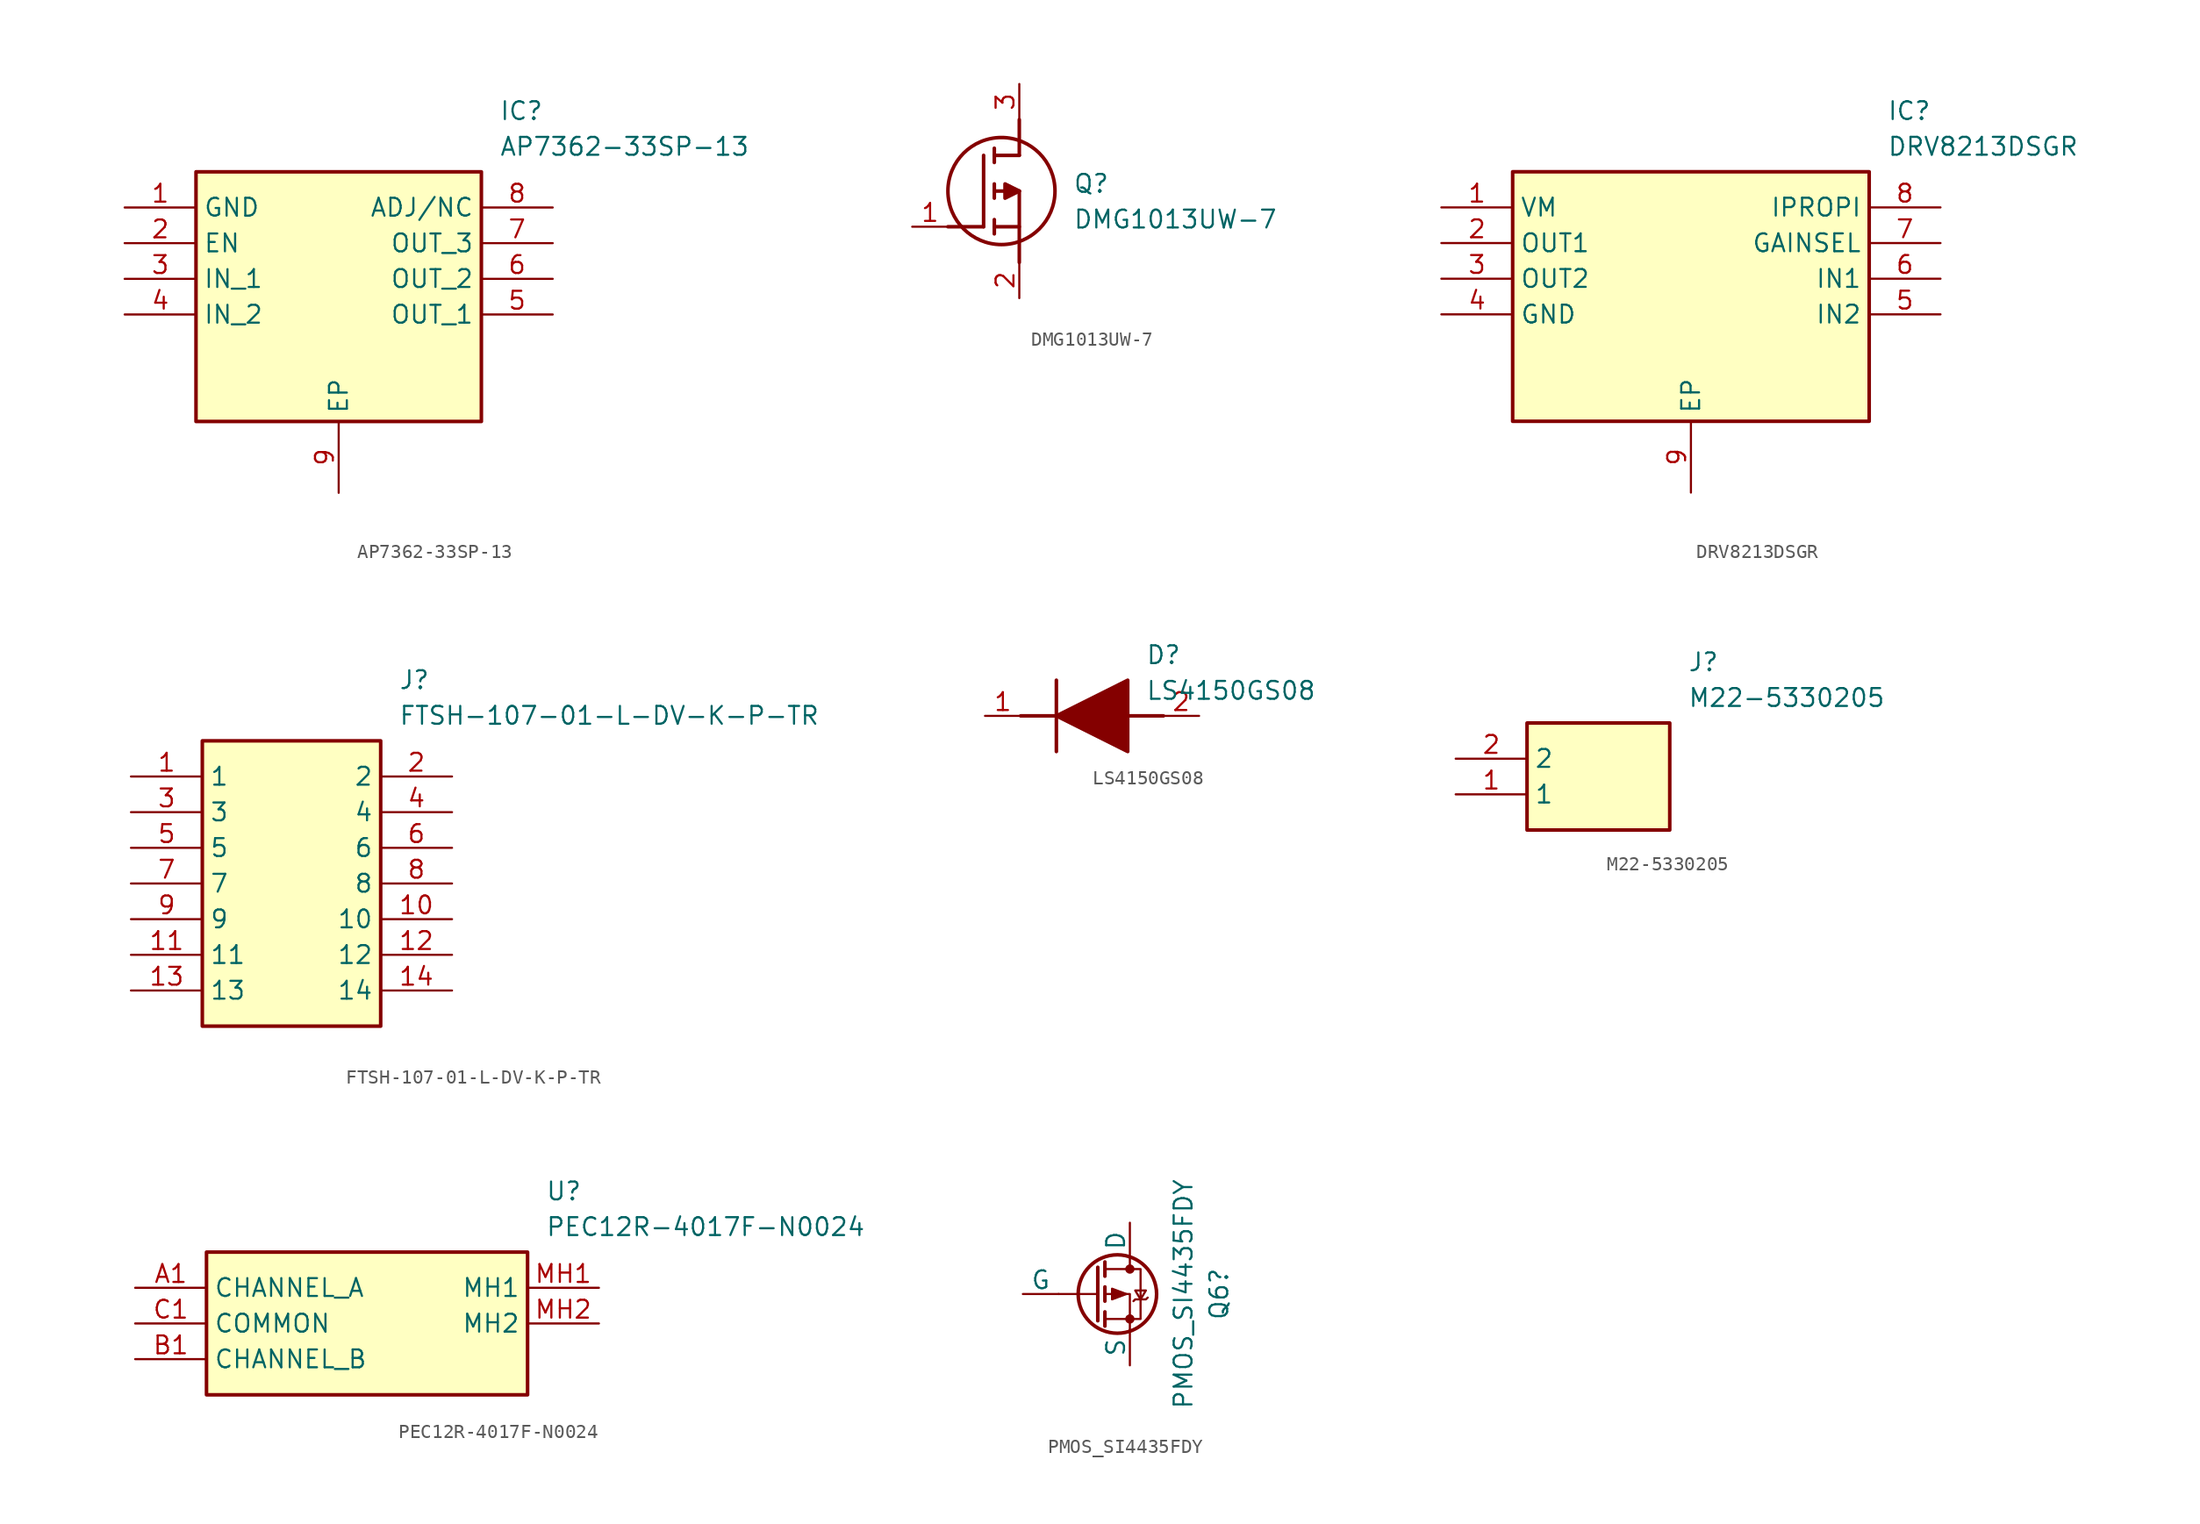
<source format=kicad_sym>
(kicad_symbol_lib
  (version 20231120)
  (generator "kicad_symbol_editor")
  (generator_version "8.0")
  (symbol "AP7362-33SP-13"
    (property "Reference" "IC"
      (at 26.67 7.62 0)
      (effects (font (size 1.27 1.27)) (justify left top)))
    (property "Value" "AP7362-33SP-13"
      (at 26.67 5.08 0)
      (effects (font (size 1.27 1.27)) (justify left top)))
    (symbol "AP7362-33SP-13_1_1"
      (rectangle (start 5.08 2.54) (end 25.4 -15.24) (stroke (width 0.254) (type default)) (fill (type background)))
      (pin passive line (at 0 0 0) (length 5.08) (name "GND" (effects (font (size 1.27 1.27)))) (number "1" (effects (font (size 1.27 1.27)))))
      (pin passive line (at 0 -2.54 0) (length 5.08) (name "EN" (effects (font (size 1.27 1.27)))) (number "2" (effects (font (size 1.27 1.27)))))
      (pin passive line (at 0 -5.08 0) (length 5.08) (name "IN_1" (effects (font (size 1.27 1.27)))) (number "3" (effects (font (size 1.27 1.27)))))
      (pin passive line (at 0 -7.62 0) (length 5.08) (name "IN_2" (effects (font (size 1.27 1.27)))) (number "4" (effects (font (size 1.27 1.27)))))
      (pin passive line (at 30.48 -7.62 180) (length 5.08) (name "OUT_1" (effects (font (size 1.27 1.27)))) (number "5" (effects (font (size 1.27 1.27)))))
      (pin passive line (at 30.48 -5.08 180) (length 5.08) (name "OUT_2" (effects (font (size 1.27 1.27)))) (number "6" (effects (font (size 1.27 1.27)))))
      (pin passive line (at 30.48 -2.54 180) (length 5.08) (name "OUT_3" (effects (font (size 1.27 1.27)))) (number "7" (effects (font (size 1.27 1.27)))))
      (pin passive line (at 30.48 0 180) (length 5.08) (name "ADJ/NC" (effects (font (size 1.27 1.27)))) (number "8" (effects (font (size 1.27 1.27)))))
      (pin passive line (at 15.24 -20.32 90) (length 5.08) (name "EP" (effects (font (size 1.27 1.27)))) (number "9" (effects (font (size 1.27 1.27)))))))
  (symbol "DMG1013UW-7"
    (pin_names hide)
    (property "Reference" "Q"
      (at 11.43 3.81 0)
      (effects (font (size 1.27 1.27)) (justify left top)))
    (property "Value" "DMG1013UW-7"
      (at 11.43 1.27 0)
      (effects (font (size 1.27 1.27)) (justify left top)))
    (symbol "DMG1013UW-7_1_1"
      (polyline (pts (xy 2.54 0) (xy 5.08 0)) (stroke (width 0.254) (type default)) (fill (type none)))
      (polyline (pts (xy 5.08 5.08) (xy 5.08 0)) (stroke (width 0.254) (type default)) (fill (type none)))
      (polyline (pts (xy 5.842 -0.508) (xy 5.842 0.508)) (stroke (width 0.254) (type default)) (fill (type none)))
      (polyline (pts (xy 5.842 0) (xy 7.62 0)) (stroke (width 0.254) (type default)) (fill (type none)))
      (polyline (pts (xy 5.842 2.032) (xy 5.842 3.048)) (stroke (width 0.254) (type default)) (fill (type none)))
      (polyline (pts (xy 5.842 5.588) (xy 5.842 4.572)) (stroke (width 0.254) (type default)) (fill (type none)))
      (polyline (pts (xy 7.62 2.54) (xy 5.842 2.54)) (stroke (width 0.254) (type default)) (fill (type none)))
      (polyline (pts (xy 7.62 2.54) (xy 7.62 -2.54)) (stroke (width 0.254) (type default)) (fill (type none)))
      (polyline (pts (xy 7.62 5.08) (xy 5.842 5.08)) (stroke (width 0.254) (type default)) (fill (type none)))
      (polyline (pts (xy 7.62 5.08) (xy 7.62 7.62)) (stroke (width 0.254) (type default)) (fill (type none)))
      (polyline (pts (xy 7.62 2.54) (xy 6.604 3.048) (xy 6.604 2.032) (xy 7.62 2.54)) (stroke (width 0.254) (type default)) (fill (type outline)))
      (circle (center 6.35 2.54) (radius 3.81) (stroke (width 0.254) (type default)) (fill (type none)))
      (pin passive line (at 0 0 0) (length 2.54) (name "G" (effects (font (size 1.27 1.27)))) (number "1" (effects (font (size 1.27 1.27)))))
      (pin passive line (at 7.62 -5.08 90) (length 2.54) (name "S" (effects (font (size 1.27 1.27)))) (number "2" (effects (font (size 1.27 1.27)))))
      (pin passive line (at 7.62 10.16 270) (length 2.54) (name "D" (effects (font (size 1.27 1.27)))) (number "3" (effects (font (size 1.27 1.27)))))))
  (symbol "DRV8213DSGR"
    (property "Reference" "IC"
      (at 31.75 7.62 0)
      (effects (font (size 1.27 1.27)) (justify left top)))
    (property "Value" "DRV8213DSGR"
      (at 31.75 5.08 0)
      (effects (font (size 1.27 1.27)) (justify left top)))
    (symbol "DRV8213DSGR_1_1"
      (rectangle (start 5.08 2.54) (end 30.48 -15.24) (stroke (width 0.254) (type default)) (fill (type background)))
      (pin passive line (at 0 0 0) (length 5.08) (name "VM" (effects (font (size 1.27 1.27)))) (number "1" (effects (font (size 1.27 1.27)))))
      (pin passive line (at 0 -2.54 0) (length 5.08) (name "OUT1" (effects (font (size 1.27 1.27)))) (number "2" (effects (font (size 1.27 1.27)))))
      (pin passive line (at 0 -5.08 0) (length 5.08) (name "OUT2" (effects (font (size 1.27 1.27)))) (number "3" (effects (font (size 1.27 1.27)))))
      (pin passive line (at 0 -7.62 0) (length 5.08) (name "GND" (effects (font (size 1.27 1.27)))) (number "4" (effects (font (size 1.27 1.27)))))
      (pin passive line (at 35.56 -7.62 180) (length 5.08) (name "IN2" (effects (font (size 1.27 1.27)))) (number "5" (effects (font (size 1.27 1.27)))))
      (pin passive line (at 35.56 -5.08 180) (length 5.08) (name "IN1" (effects (font (size 1.27 1.27)))) (number "6" (effects (font (size 1.27 1.27)))))
      (pin passive line (at 35.56 -2.54 180) (length 5.08) (name "GAINSEL" (effects (font (size 1.27 1.27)))) (number "7" (effects (font (size 1.27 1.27)))))
      (pin passive line (at 35.56 0 180) (length 5.08) (name "IPROPI" (effects (font (size 1.27 1.27)))) (number "8" (effects (font (size 1.27 1.27)))))
      (pin passive line (at 17.78 -20.32 90) (length 5.08) (name "EP" (effects (font (size 1.27 1.27)))) (number "9" (effects (font (size 1.27 1.27)))))))
  (symbol "FTSH-107-01-L-DV-K-P-TR"
    (property "Reference" "J"
      (at 19.05 7.62 0)
      (effects (font (size 1.27 1.27)) (justify left top)))
    (property "Value" "FTSH-107-01-L-DV-K-P-TR"
      (at 19.05 5.08 0)
      (effects (font (size 1.27 1.27)) (justify left top)))
    (symbol "FTSH-107-01-L-DV-K-P-TR_1_1"
      (rectangle (start 5.08 2.54) (end 17.78 -17.78) (stroke (width 0.254) (type default)) (fill (type background)))
      (pin passive line (at 0 0 0) (length 5.08) (name "1" (effects (font (size 1.27 1.27)))) (number "1" (effects (font (size 1.27 1.27)))))
      (pin passive line (at 22.86 -10.16 180) (length 5.08) (name "10" (effects (font (size 1.27 1.27)))) (number "10" (effects (font (size 1.27 1.27)))))
      (pin passive line (at 0 -12.7 0) (length 5.08) (name "11" (effects (font (size 1.27 1.27)))) (number "11" (effects (font (size 1.27 1.27)))))
      (pin passive line (at 22.86 -12.7 180) (length 5.08) (name "12" (effects (font (size 1.27 1.27)))) (number "12" (effects (font (size 1.27 1.27)))))
      (pin passive line (at 0 -15.24 0) (length 5.08) (name "13" (effects (font (size 1.27 1.27)))) (number "13" (effects (font (size 1.27 1.27)))))
      (pin passive line (at 22.86 -15.24 180) (length 5.08) (name "14" (effects (font (size 1.27 1.27)))) (number "14" (effects (font (size 1.27 1.27)))))
      (pin passive line (at 22.86 0 180) (length 5.08) (name "2" (effects (font (size 1.27 1.27)))) (number "2" (effects (font (size 1.27 1.27)))))
      (pin passive line (at 0 -2.54 0) (length 5.08) (name "3" (effects (font (size 1.27 1.27)))) (number "3" (effects (font (size 1.27 1.27)))))
      (pin passive line (at 22.86 -2.54 180) (length 5.08) (name "4" (effects (font (size 1.27 1.27)))) (number "4" (effects (font (size 1.27 1.27)))))
      (pin passive line (at 0 -5.08 0) (length 5.08) (name "5" (effects (font (size 1.27 1.27)))) (number "5" (effects (font (size 1.27 1.27)))))
      (pin passive line (at 22.86 -5.08 180) (length 5.08) (name "6" (effects (font (size 1.27 1.27)))) (number "6" (effects (font (size 1.27 1.27)))))
      (pin passive line (at 0 -7.62 0) (length 5.08) (name "7" (effects (font (size 1.27 1.27)))) (number "7" (effects (font (size 1.27 1.27)))))
      (pin passive line (at 22.86 -7.62 180) (length 5.08) (name "8" (effects (font (size 1.27 1.27)))) (number "8" (effects (font (size 1.27 1.27)))))
      (pin passive line (at 0 -10.16 0) (length 5.08) (name "9" (effects (font (size 1.27 1.27)))) (number "9" (effects (font (size 1.27 1.27)))))))
  (symbol "LS4150GS08"
    (pin_names hide)
    (property "Reference" "D"
      (at 11.43 5.08 0)
      (effects (font (size 1.27 1.27)) (justify left top)))
    (property "Value" "LS4150GS08"
      (at 11.43 2.54 0)
      (effects (font (size 1.27 1.27)) (justify left top)))
    (symbol "LS4150GS08_1_1"
      (polyline (pts (xy 2.54 0) (xy 5.08 0)) (stroke (width 0.254) (type default)) (fill (type none)))
      (polyline (pts (xy 5.08 2.54) (xy 5.08 -2.54)) (stroke (width 0.254) (type default)) (fill (type none)))
      (polyline (pts (xy 10.16 0) (xy 12.7 0)) (stroke (width 0.254) (type default)) (fill (type none)))
      (polyline (pts (xy 5.08 0) (xy 10.16 2.54) (xy 10.16 -2.54) (xy 5.08 0)) (stroke (width 0.254) (type default)) (fill (type outline)))
      (pin passive line (at 0 0 0) (length 2.54) (name "K" (effects (font (size 1.27 1.27)))) (number "1" (effects (font (size 1.27 1.27)))))
      (pin passive line (at 15.24 0 180) (length 2.54) (name "A" (effects (font (size 1.27 1.27)))) (number "2" (effects (font (size 1.27 1.27)))))))
  (symbol "M22-5330205"
    (property "Reference" "J"
      (at 16.51 7.62 0)
      (effects (font (size 1.27 1.27)) (justify left top)))
    (property "Value" "M22-5330205"
      (at 16.51 5.08 0)
      (effects (font (size 1.27 1.27)) (justify left top)))
    (symbol "M22-5330205_1_1"
      (rectangle (start 5.08 2.54) (end 15.24 -5.08) (stroke (width 0.254) (type default)) (fill (type background)))
      (pin passive line (at 0 -2.54 0) (length 5.08) (name "1" (effects (font (size 1.27 1.27)))) (number "1" (effects (font (size 1.27 1.27)))))
      (pin passive line (at 0 0 0) (length 5.08) (name "2" (effects (font (size 1.27 1.27)))) (number "2" (effects (font (size 1.27 1.27)))))))
  (symbol "PEC12R-4017F-N0024"
    (property "Reference" "U"
      (at 29.21 7.62 0)
      (effects (font (size 1.27 1.27)) (justify left top)))
    (property "Value" "PEC12R-4017F-N0024"
      (at 29.21 5.08 0)
      (effects (font (size 1.27 1.27)) (justify left top)))
    (symbol "PEC12R-4017F-N0024_1_1"
      (rectangle (start 5.08 2.54) (end 27.94 -7.62) (stroke (width 0.254) (type default)) (fill (type background)))
      (pin passive line (at 0 0 0) (length 5.08) (name "CHANNEL_A" (effects (font (size 1.27 1.27)))) (number "A1" (effects (font (size 1.27 1.27)))))
      (pin passive line (at 0 -5.08 0) (length 5.08) (name "CHANNEL_B" (effects (font (size 1.27 1.27)))) (number "B1" (effects (font (size 1.27 1.27)))))
      (pin passive line (at 0 -2.54 0) (length 5.08) (name "COMMON" (effects (font (size 1.27 1.27)))) (number "C1" (effects (font (size 1.27 1.27)))))
      (pin passive line (at 33.02 0 180) (length 5.08) (name "MH1" (effects (font (size 1.27 1.27)))) (number "MH1" (effects (font (size 1.27 1.27)))))
      (pin passive line (at 33.02 -2.54 180) (length 5.08) (name "MH2" (effects (font (size 1.27 1.27)))) (number "MH2" (effects (font (size 1.27 1.27)))))))
  (symbol "PMOS_SI4435FDY"
    (pin_numbers hide)
    (pin_names
      (offset 0))
    (property "Reference" "Q6"
      (at 8.89 0 90)
      (effects (font (size 1.27 1.27))))
    (property "Value" "PMOS_SI4435FDY"
      (at 6.35 0 90)
      (effects (font (size 1.27 1.27))))
    (symbol "PMOS_SI4435FDY_0_1"
      (polyline (pts (xy 0.254 0) (xy -2.54 0)) (stroke (width 0) (type default)) (fill (type none)))
      (polyline (pts (xy 0.254 1.905) (xy 0.254 -1.905)) (stroke (width 0.254) (type default)) (fill (type none)))
      (polyline (pts (xy 0.762 -1.27) (xy 0.762 -2.286)) (stroke (width 0.254) (type default)) (fill (type none)))
      (polyline (pts (xy 0.762 0.508) (xy 0.762 -0.508)) (stroke (width 0.254) (type default)) (fill (type none)))
      (polyline (pts (xy 0.762 2.286) (xy 0.762 1.27)) (stroke (width 0.254) (type default)) (fill (type none)))
      (polyline (pts (xy 2.54 2.54) (xy 2.54 1.778)) (stroke (width 0) (type default)) (fill (type none)))
      (polyline (pts (xy 2.54 -2.54) (xy 2.54 0) (xy 0.762 0)) (stroke (width 0) (type default)) (fill (type none)))
      (polyline (pts (xy 0.762 1.778) (xy 3.302 1.778) (xy 3.302 -1.778) (xy 0.762 -1.778)) (stroke (width 0) (type default)) (fill (type none)))
      (polyline (pts (xy 2.286 0) (xy 1.27 0.381) (xy 1.27 -0.381) (xy 2.286 0)) (stroke (width 0) (type default)) (fill (type outline)))
      (polyline (pts (xy 2.794 -0.508) (xy 2.921 -0.381) (xy 3.683 -0.381) (xy 3.81 -0.254)) (stroke (width 0) (type default)) (fill (type none)))
      (polyline (pts (xy 3.302 -0.381) (xy 2.921 0.254) (xy 3.683 0.254) (xy 3.302 -0.381)) (stroke (width 0) (type default)) (fill (type none)))
      (circle (center 1.651 0) (radius 2.794) (stroke (width 0.254) (type default)) (fill (type none)))
      (circle (center 2.54 -1.778) (radius 0.254) (stroke (width 0) (type default)) (fill (type outline)))
      (circle (center 2.54 1.778) (radius 0.254) (stroke (width 0) (type default)) (fill (type outline))))
    (symbol "PMOS_SI4435FDY_1_1"
      (pin passive line (at 2.54 5.08 270) (length 2.54) (name "D" (effects (font (size 1.27 1.27)))) (number "1" (effects (font (size 1.27 1.27)))))
      (pin input line (at -5.08 0 0) (length 2.54) (name "G" (effects (font (size 1.27 1.27)))) (number "2" (effects (font (size 1.27 1.27)))))
      (pin passive line (at 2.54 -5.08 90) (length 2.54) (name "S" (effects (font (size 1.27 1.27)))) (number "3" (effects (font (size 1.27 1.27))))))))
</source>
